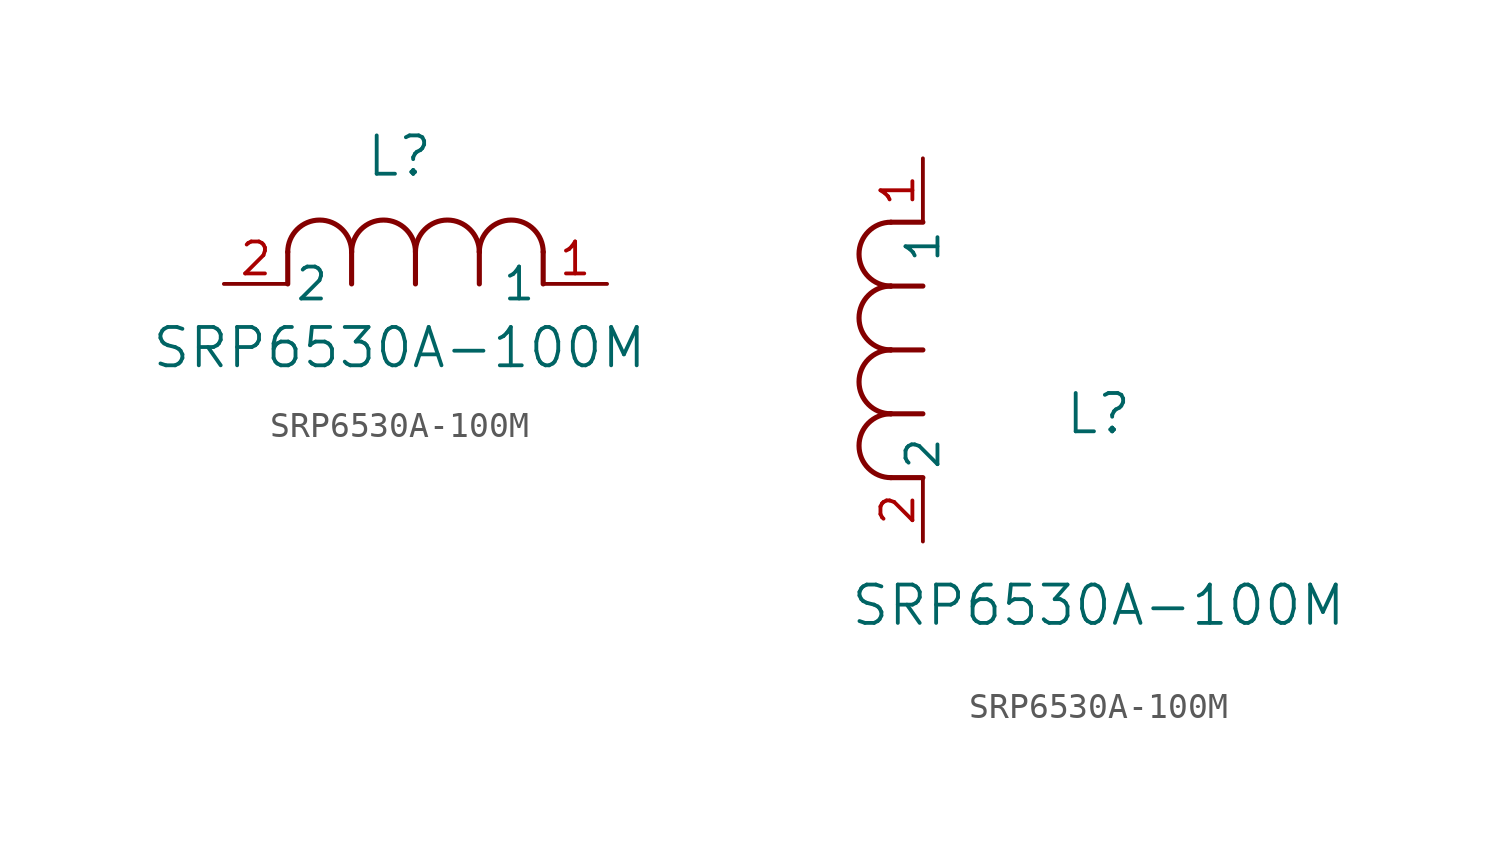
<source format=kicad_sym>
(kicad_symbol_lib
  (version 20211014)
  (generator kicad_symbol_editor)
  (symbol "SRP6530A-100M"
    (pin_names
      (offset 0.254))
    (property "Reference" "L"
      (at 6.985 5.08 0)
      (effects (font (size 1.524 1.524))))
    (property "Value" "SRP6530A-100M"
      (at 6.985 -2.54 0)
      (effects (font (size 1.524 1.524))))
    (symbol "SRP6530A-100M_1_1"
      (arc (start 7.62 1.27) (mid 6.35 2.54) (end 5.08 1.27) (stroke (width 0.2032) (type default) (color 0 0 0 0)) (fill (type none)))
      (polyline (pts (xy 5.08 0) (xy 5.08 1.27)) (stroke (width 0.203) (type default) (color 0 0 0 0)) (fill (type none)))
      (polyline (pts (xy 7.62 0) (xy 7.62 1.27)) (stroke (width 0.203) (type default) (color 0 0 0 0)) (fill (type none)))
      (polyline (pts (xy 12.7 0) (xy 12.7 1.27)) (stroke (width 0.203) (type default) (color 0 0 0 0)) (fill (type none)))
      (arc (start 5.08 1.27) (mid 3.81 2.54) (end 2.54 1.27) (stroke (width 0.2032) (type default) (color 0 0 0 0)) (fill (type none)))
      (arc (start 10.16 1.27) (mid 8.89 2.54) (end 7.62 1.27) (stroke (width 0.2032) (type default) (color 0 0 0 0)) (fill (type none)))
      (arc (start 12.7 1.27) (mid 11.43 2.54) (end 10.16 1.27) (stroke (width 0.2032) (type default) (color 0 0 0 0)) (fill (type none)))
      (polyline (pts (xy 2.54 0) (xy 2.54 1.27)) (stroke (width 0.203) (type default) (color 0 0 0 0)) (fill (type none)))
      (polyline (pts (xy 10.16 0) (xy 10.16 1.27)) (stroke (width 0.203) (type default) (color 0 0 0 0)) (fill (type none)))
      (pin unspecified line (at 0 0 0) (length 2.54) (name "2" (effects (font (size 1.27 1.27)))) (number "2" (effects (font (size 1.27 1.27)))))
      (pin unspecified line (at 15.24 0 180) (length 2.54) (name "1" (effects (font (size 1.27 1.27)))) (number "1" (effects (font (size 1.27 1.27))))))
    (symbol "SRP6530A-100M_1_2"
      (arc (start -1.27 7.62) (mid -2.54 6.35) (end -1.27 5.08) (stroke (width 0.2032) (type default) (color 0 0 0 0)) (fill (type none)))
      (arc (start -1.27 5.08) (mid -2.54 3.81) (end -1.27 2.54) (stroke (width 0.2032) (type default) (color 0 0 0 0)) (fill (type none)))
      (arc (start -1.27 12.7) (mid -2.54 11.43) (end -1.27 10.16) (stroke (width 0.2032) (type default) (color 0 0 0 0)) (fill (type none)))
      (arc (start -1.27 10.16) (mid -2.54 8.89) (end -1.27 7.62) (stroke (width 0.2032) (type default) (color 0 0 0 0)) (fill (type none)))
      (polyline (pts (xy 0 7.62) (xy -1.27 7.62)) (stroke (width 0.203) (type default) (color 0 0 0 0)) (fill (type none)))
      (polyline (pts (xy 0 5.08) (xy -1.27 5.08)) (stroke (width 0.203) (type default) (color 0 0 0 0)) (fill (type none)))
      (polyline (pts (xy 0 12.7) (xy -1.27 12.7)) (stroke (width 0.203) (type default) (color 0 0 0 0)) (fill (type none)))
      (polyline (pts (xy 0 2.54) (xy -1.27 2.54)) (stroke (width 0.203) (type default) (color 0 0 0 0)) (fill (type none)))
      (polyline (pts (xy 0 10.16) (xy -1.27 10.16)) (stroke (width 0.203) (type default) (color 0 0 0 0)) (fill (type none)))
      (pin unspecified line (at 0 0 90) (length 2.54) (name "2" (effects (font (size 1.27 1.27)))) (number "2" (effects (font (size 1.27 1.27)))))
      (pin unspecified line (at 0 15.24 270) (length 2.54) (name "1" (effects (font (size 1.27 1.27)))) (number "1" (effects (font (size 1.27 1.27))))))))
</source>
